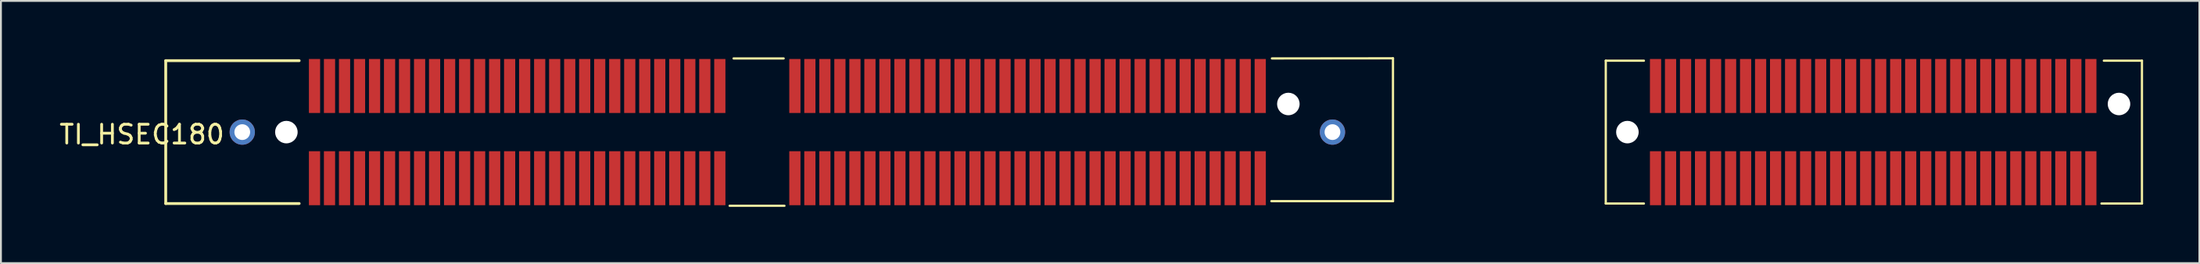
<source format=kicad_pcb>
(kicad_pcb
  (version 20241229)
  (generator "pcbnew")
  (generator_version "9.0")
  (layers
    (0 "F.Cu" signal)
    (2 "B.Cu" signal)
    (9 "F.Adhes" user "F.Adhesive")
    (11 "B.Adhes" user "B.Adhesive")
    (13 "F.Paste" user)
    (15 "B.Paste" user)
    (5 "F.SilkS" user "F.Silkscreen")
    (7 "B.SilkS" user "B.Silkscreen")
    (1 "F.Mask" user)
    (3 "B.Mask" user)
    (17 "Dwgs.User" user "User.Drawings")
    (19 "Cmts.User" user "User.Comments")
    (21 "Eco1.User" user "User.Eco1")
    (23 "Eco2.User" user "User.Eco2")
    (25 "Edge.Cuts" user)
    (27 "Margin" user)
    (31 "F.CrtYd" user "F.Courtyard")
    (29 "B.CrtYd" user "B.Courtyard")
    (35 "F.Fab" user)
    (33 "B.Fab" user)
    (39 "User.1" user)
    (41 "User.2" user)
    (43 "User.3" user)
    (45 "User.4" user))
  (footprint "TI_HSEC180"
    (layer "F.Cu")
    (at 60.646 3.997)
    (property "Reference" "TI_HSEC180" (at -56.134 0.127 180) (layer "F.SilkS") (effects (font (size 1.001 1.001) (thickness 0.15))))
    (attr through_hole)
    (fp_line (start -54.864 -3.81) (end -54.864 3.81) (stroke (width 0.15) (type solid)) (layer "F.SilkS"))
    (fp_line (start -54.864 3.81) (end -47.752 3.81) (stroke (width 0.15) (type solid)) (layer "F.SilkS"))
    (fp_line (start -47.752 -3.81) (end -54.864 -3.81) (stroke (width 0.15) (type solid)) (layer "F.SilkS"))
    (fp_line (start -24.811 3.93) (end -21.89 3.93) (stroke (width 0.12) (type solid)) (layer "F.SilkS"))
    (fp_line (start -24.6 -3.93) (end -21.933 -3.93) (stroke (width 0.12) (type solid)) (layer "F.SilkS"))
    (fp_line (start 4.09 -3.93) (end 10.541 -3.937) (stroke (width 0.12) (type solid)) (layer "F.SilkS"))
    (fp_line (start 10.541 -3.937) (end 10.541 3.683) (stroke (width 0.12) (type solid)) (layer "F.SilkS"))
    (fp_line (start 10.541 3.683) (end 4.06 3.683) (stroke (width 0.12) (type solid)) (layer "F.SilkS"))
    (fp_line (start 21.882 -3.81) (end 21.882 3.81) (stroke (width 0.12) (type solid)) (layer "F.SilkS"))
    (fp_line (start 21.882 3.81) (end 23.914 3.81) (stroke (width 0.12) (type solid)) (layer "F.SilkS"))
    (fp_line (start 23.914 -3.81) (end 21.882 -3.81) (stroke (width 0.12) (type solid)) (layer "F.SilkS"))
    (fp_line (start 48.425 -3.81) (end 50.457 -3.81) (stroke (width 0.12) (type solid)) (layer "F.SilkS"))
    (fp_line (start 50.457 -3.81) (end 50.457 3.81) (stroke (width 0.12) (type solid)) (layer "F.SilkS"))
    (fp_line (start 50.457 3.81) (end 48.298 3.81) (stroke (width 0.12) (type solid)) (layer "F.SilkS"))
    (pad "" np_thru_hole circle (at -48.434 0 180) (size 1.2 1.2) (drill 1.2) (layers "*.Cu" "*.Mask"))
    (pad "" np_thru_hole circle (at 4.965 -1.5 180) (size 1.2 1.2) (drill 1.2) (layers "*.Cu" "*.Mask"))
    (pad "" np_thru_hole circle (at 23.034 0 180) (size 1.2 1.2) (drill 1.2) (layers "*.Cu" "*.Mask"))
    (pad "" np_thru_hole circle (at 49.233 -1.5 180) (size 1.2 1.2) (drill 1.2) (layers "*.Cu" "*.Mask"))
    (pad "1" smd rect (at -46.934 2.46 180) (size 0.597 2.88) (layers "F.Cu" "F.Mask" "F.Paste"))
    (pad "2" smd rect (at -46.934 -2.46 180) (size 0.597 2.88) (layers "F.Cu" "F.Mask" "F.Paste"))
    (pad "3" smd rect (at -46.135 2.46 180) (size 0.597 2.88) (layers "F.Cu" "F.Mask" "F.Paste"))
    (pad "4" smd rect (at -46.135 -2.46 180) (size 0.597 2.88) (layers "F.Cu" "F.Mask" "F.Paste"))
    (pad "5" smd rect (at -45.334 2.46 180) (size 0.597 2.88) (layers "F.Cu" "F.Mask" "F.Paste"))
    (pad "6" smd rect (at -45.334 -2.46 180) (size 0.597 2.88) (layers "F.Cu" "F.Mask" "F.Paste"))
    (pad "7" smd rect (at -44.535 2.46 180) (size 0.597 2.88) (layers "F.Cu" "F.Mask" "F.Paste"))
    (pad "8" smd rect (at -44.535 -2.46 180) (size 0.597 2.88) (layers "F.Cu" "F.Mask" "F.Paste"))
    (pad "9" smd rect (at -43.734 2.46 180) (size 0.597 2.88) (layers "F.Cu" "F.Mask" "F.Paste"))
    (pad "10" smd rect (at -43.734 -2.46 180) (size 0.597 2.88) (layers "F.Cu" "F.Mask" "F.Paste"))
    (pad "11" smd rect (at -42.934 2.46 180) (size 0.597 2.88) (layers "F.Cu" "F.Mask" "F.Paste"))
    (pad "12" smd rect (at -42.934 -2.46 180) (size 0.597 2.88) (layers "F.Cu" "F.Mask" "F.Paste"))
    (pad "13" smd rect (at -42.135 2.46 180) (size 0.597 2.88) (layers "F.Cu" "F.Mask" "F.Paste"))
    (pad "14" smd rect (at -42.135 -2.46 180) (size 0.597 2.88) (layers "F.Cu" "F.Mask" "F.Paste"))
    (pad "15" smd rect (at -41.334 2.46 180) (size 0.597 2.88) (layers "F.Cu" "F.Mask" "F.Paste"))
    (pad "16" smd rect (at -41.334 -2.46 180) (size 0.597 2.88) (layers "F.Cu" "F.Mask" "F.Paste"))
    (pad "17" smd rect (at -40.535 2.46 180) (size 0.597 2.88) (layers "F.Cu" "F.Mask" "F.Paste"))
    (pad "18" smd rect (at -40.535 -2.46 180) (size 0.597 2.88) (layers "F.Cu" "F.Mask" "F.Paste"))
    (pad "19" smd rect (at -39.734 2.46 180) (size 0.597 2.88) (layers "F.Cu" "F.Mask" "F.Paste"))
    (pad "20" smd rect (at -39.734 -2.46 180) (size 0.597 2.88) (layers "F.Cu" "F.Mask" "F.Paste"))
    (pad "21" smd rect (at -38.934 2.46 180) (size 0.597 2.88) (layers "F.Cu" "F.Mask" "F.Paste"))
    (pad "22" smd rect (at -38.934 -2.46 180) (size 0.597 2.88) (layers "F.Cu" "F.Mask" "F.Paste"))
    (pad "23" smd rect (at -38.135 2.46 180) (size 0.597 2.88) (layers "F.Cu" "F.Mask" "F.Paste"))
    (pad "24" smd rect (at -38.135 -2.46 180) (size 0.597 2.88) (layers "F.Cu" "F.Mask" "F.Paste"))
    (pad "25" smd rect (at -37.334 2.46 180) (size 0.597 2.88) (layers "F.Cu" "F.Mask" "F.Paste"))
    (pad "26" smd rect (at -37.334 -2.46 180) (size 0.597 2.88) (layers "F.Cu" "F.Mask" "F.Paste"))
    (pad "27" smd rect (at -36.535 2.46 180) (size 0.597 2.88) (layers "F.Cu" "F.Mask" "F.Paste"))
    (pad "28" smd rect (at -36.535 -2.46 180) (size 0.597 2.88) (layers "F.Cu" "F.Mask" "F.Paste"))
    (pad "29" smd rect (at -35.734 2.46 180) (size 0.597 2.88) (layers "F.Cu" "F.Mask" "F.Paste"))
    (pad "30" smd rect (at -35.734 -2.46 180) (size 0.597 2.88) (layers "F.Cu" "F.Mask" "F.Paste"))
    (pad "31" smd rect (at -34.934 2.46 180) (size 0.597 2.88) (layers "F.Cu" "F.Mask" "F.Paste"))
    (pad "32" smd rect (at -34.934 -2.46 180) (size 0.597 2.88) (layers "F.Cu" "F.Mask" "F.Paste"))
    (pad "33" smd rect (at -34.135 2.46 180) (size 0.597 2.88) (layers "F.Cu" "F.Mask" "F.Paste"))
    (pad "34" smd rect (at -34.135 -2.46 180) (size 0.597 2.88) (layers "F.Cu" "F.Mask" "F.Paste"))
    (pad "35" smd rect (at -33.334 2.46 180) (size 0.597 2.88) (layers "F.Cu" "F.Mask" "F.Paste"))
    (pad "36" smd rect (at -33.334 -2.46 180) (size 0.597 2.88) (layers "F.Cu" "F.Mask" "F.Paste"))
    (pad "37" smd rect (at -32.535 2.46 180) (size 0.597 2.88) (layers "F.Cu" "F.Mask" "F.Paste"))
    (pad "38" smd rect (at -32.535 -2.46 180) (size 0.597 2.88) (layers "F.Cu" "F.Mask" "F.Paste"))
    (pad "39" smd rect (at -31.735 2.46 180) (size 0.597 2.88) (layers "F.Cu" "F.Mask" "F.Paste"))
    (pad "40" smd rect (at -31.735 -2.46 180) (size 0.597 2.88) (layers "F.Cu" "F.Mask" "F.Paste"))
    (pad "41" smd rect (at -30.934 2.46 180) (size 0.597 2.88) (layers "F.Cu" "F.Mask" "F.Paste"))
    (pad "42" smd rect (at -30.934 -2.46 180) (size 0.597 2.88) (layers "F.Cu" "F.Mask" "F.Paste"))
    (pad "43" smd rect (at -30.134 2.46 180) (size 0.597 2.88) (layers "F.Cu" "F.Mask" "F.Paste"))
    (pad "44" smd rect (at -30.134 -2.46 180) (size 0.597 2.88) (layers "F.Cu" "F.Mask" "F.Paste"))
    (pad "45" smd rect (at -29.334 2.46 180) (size 0.597 2.88) (layers "F.Cu" "F.Mask" "F.Paste"))
    (pad "46" smd rect (at -29.334 -2.46 180) (size 0.597 2.88) (layers "F.Cu" "F.Mask" "F.Paste"))
    (pad "47" smd rect (at -28.535 2.46 180) (size 0.597 2.88) (layers "F.Cu" "F.Mask" "F.Paste"))
    (pad "48" smd rect (at -28.535 -2.46 180) (size 0.597 2.88) (layers "F.Cu" "F.Mask" "F.Paste"))
    (pad "49" smd rect (at -27.735 2.46 180) (size 0.597 2.88) (layers "F.Cu" "F.Mask" "F.Paste"))
    (pad "50" smd rect (at -27.735 -2.46 180) (size 0.597 2.88) (layers "F.Cu" "F.Mask" "F.Paste"))
    (pad "51" smd rect (at -26.934 2.46 180) (size 0.597 2.88) (layers "F.Cu" "F.Mask" "F.Paste"))
    (pad "52" smd rect (at -26.934 -2.46 180) (size 0.597 2.88) (layers "F.Cu" "F.Mask" "F.Paste"))
    (pad "53" smd rect (at -26.134 2.46 180) (size 0.597 2.88) (layers "F.Cu" "F.Mask" "F.Paste"))
    (pad "54" smd rect (at -26.134 -2.46 180) (size 0.597 2.88) (layers "F.Cu" "F.Mask" "F.Paste"))
    (pad "55" smd rect (at -25.334 2.46 180) (size 0.597 2.88) (layers "F.Cu" "F.Mask" "F.Paste"))
    (pad "56" smd rect (at -25.334 -2.46 180) (size 0.597 2.88) (layers "F.Cu" "F.Mask" "F.Paste"))
    (pad "57" smd rect (at -21.334 2.46 180) (size 0.597 2.88) (layers "F.Cu" "F.Mask" "F.Paste"))
    (pad "58" smd rect (at -21.334 -2.46 180) (size 0.597 2.88) (layers "F.Cu" "F.Mask" "F.Paste"))
    (pad "59" smd rect (at -20.535 2.46 180) (size 0.597 2.88) (layers "F.Cu" "F.Mask" "F.Paste"))
    (pad "60" smd rect (at -20.535 -2.46 180) (size 0.597 2.88) (layers "F.Cu" "F.Mask" "F.Paste"))
    (pad "61" smd rect (at -19.735 2.46 180) (size 0.597 2.88) (layers "F.Cu" "F.Mask" "F.Paste"))
    (pad "62" smd rect (at -19.735 -2.46 180) (size 0.597 2.88) (layers "F.Cu" "F.Mask" "F.Paste"))
    (pad "63" smd rect (at -18.934 2.46 180) (size 0.597 2.88) (layers "F.Cu" "F.Mask" "F.Paste"))
    (pad "64" smd rect (at -18.934 -2.46 180) (size 0.597 2.88) (layers "F.Cu" "F.Mask" "F.Paste"))
    (pad "65" smd rect (at -18.134 2.46 180) (size 0.597 2.88) (layers "F.Cu" "F.Mask" "F.Paste"))
    (pad "66" smd rect (at -18.134 -2.46 180) (size 0.597 2.88) (layers "F.Cu" "F.Mask" "F.Paste"))
    (pad "67" smd rect (at -17.334 2.46 180) (size 0.597 2.88) (layers "F.Cu" "F.Mask" "F.Paste"))
    (pad "68" smd rect (at -17.334 -2.46 180) (size 0.597 2.88) (layers "F.Cu" "F.Mask" "F.Paste"))
    (pad "69" smd rect (at -16.535 2.46 180) (size 0.597 2.88) (layers "F.Cu" "F.Mask" "F.Paste"))
    (pad "70" smd rect (at -16.535 -2.46 180) (size 0.597 2.88) (layers "F.Cu" "F.Mask" "F.Paste"))
    (pad "71" smd rect (at -15.735 2.46 180) (size 0.597 2.88) (layers "F.Cu" "F.Mask" "F.Paste"))
    (pad "72" smd rect (at -15.735 -2.46 180) (size 0.597 2.88) (layers "F.Cu" "F.Mask" "F.Paste"))
    (pad "73" smd rect (at -14.934 2.46 180) (size 0.597 2.88) (layers "F.Cu" "F.Mask" "F.Paste"))
    (pad "74" smd rect (at -14.934 -2.46 180) (size 0.597 2.88) (layers "F.Cu" "F.Mask" "F.Paste"))
    (pad "75" smd rect (at -14.134 2.46 180) (size 0.597 2.88) (layers "F.Cu" "F.Mask" "F.Paste"))
    (pad "76" smd rect (at -14.134 -2.46 180) (size 0.597 2.88) (layers "F.Cu" "F.Mask" "F.Paste"))
    (pad "77" smd rect (at -13.335 2.46 180) (size 0.597 2.88) (layers "F.Cu" "F.Mask" "F.Paste"))
    (pad "78" smd rect (at -13.335 -2.46 180) (size 0.597 2.88) (layers "F.Cu" "F.Mask" "F.Paste"))
    (pad "79" smd rect (at -12.534 2.46 180) (size 0.597 2.88) (layers "F.Cu" "F.Mask" "F.Paste"))
    (pad "80" smd rect (at -12.534 -2.46 180) (size 0.597 2.88) (layers "F.Cu" "F.Mask" "F.Paste"))
    (pad "81" smd rect (at -11.735 2.46 180) (size 0.597 2.88) (layers "F.Cu" "F.Mask" "F.Paste"))
    (pad "82" smd rect (at -11.735 -2.46 180) (size 0.597 2.88) (layers "F.Cu" "F.Mask" "F.Paste"))
    (pad "83" smd rect (at -10.934 2.46 180) (size 0.597 2.88) (layers "F.Cu" "F.Mask" "F.Paste"))
    (pad "84" smd rect (at -10.934 -2.46 180) (size 0.597 2.88) (layers "F.Cu" "F.Mask" "F.Paste"))
    (pad "85" smd rect (at -10.134 2.46 180) (size 0.597 2.88) (layers "F.Cu" "F.Mask" "F.Paste"))
    (pad "86" smd rect (at -10.134 -2.46 180) (size 0.597 2.88) (layers "F.Cu" "F.Mask" "F.Paste"))
    (pad "87" smd rect (at -9.335 2.46 180) (size 0.597 2.88) (layers "F.Cu" "F.Mask" "F.Paste"))
    (pad "88" smd rect (at -9.335 -2.46 180) (size 0.597 2.88) (layers "F.Cu" "F.Mask" "F.Paste"))
    (pad "89" smd rect (at -8.534 2.46 180) (size 0.597 2.88) (layers "F.Cu" "F.Mask" "F.Paste"))
    (pad "90" smd rect (at -8.534 -2.46 180) (size 0.597 2.88) (layers "F.Cu" "F.Mask" "F.Paste"))
    (pad "91" smd rect (at -7.734 2.46 180) (size 0.597 2.88) (layers "F.Cu" "F.Mask" "F.Paste"))
    (pad "92" smd rect (at -7.734 -2.46 180) (size 0.597 2.88) (layers "F.Cu" "F.Mask" "F.Paste"))
    (pad "93" smd rect (at -6.934 2.46 180) (size 0.597 2.88) (layers "F.Cu" "F.Mask" "F.Paste"))
    (pad "94" smd rect (at -6.934 -2.46 180) (size 0.597 2.88) (layers "F.Cu" "F.Mask" "F.Paste"))
    (pad "95" smd rect (at -6.135 2.46 180) (size 0.597 2.88) (layers "F.Cu" "F.Mask" "F.Paste"))
    (pad "96" smd rect (at -6.135 -2.46 180) (size 0.597 2.88) (layers "F.Cu" "F.Mask" "F.Paste"))
    (pad "97" smd rect (at -5.335 2.46 180) (size 0.597 2.88) (layers "F.Cu" "F.Mask" "F.Paste"))
    (pad "98" smd rect (at -5.335 -2.46 180) (size 0.597 2.88) (layers "F.Cu" "F.Mask" "F.Paste"))
    (pad "99" smd rect (at -4.535 2.46 180) (size 0.597 2.88) (layers "F.Cu" "F.Mask" "F.Paste"))
    (pad "100" smd rect (at -4.535 -2.46 180) (size 0.597 2.88) (layers "F.Cu" "F.Mask" "F.Paste"))
    (pad "101" smd rect (at -3.735 2.46 180) (size 0.597 2.88) (layers "F.Cu" "F.Mask" "F.Paste"))
    (pad "102" smd rect (at -3.735 -2.46 180) (size 0.597 2.88) (layers "F.Cu" "F.Mask" "F.Paste"))
    (pad "103" smd rect (at -2.934 2.46 180) (size 0.597 2.88) (layers "F.Cu" "F.Mask" "F.Paste"))
    (pad "104" smd rect (at -2.934 -2.46 180) (size 0.597 2.88) (layers "F.Cu" "F.Mask" "F.Paste"))
    (pad "105" smd rect (at -2.135 2.46 180) (size 0.597 2.88) (layers "F.Cu" "F.Mask" "F.Paste"))
    (pad "106" smd rect (at -2.135 -2.46 180) (size 0.597 2.88) (layers "F.Cu" "F.Mask" "F.Paste"))
    (pad "107" smd rect (at -1.335 2.46 180) (size 0.597 2.88) (layers "F.Cu" "F.Mask" "F.Paste"))
    (pad "108" smd rect (at -1.335 -2.46 180) (size 0.597 2.88) (layers "F.Cu" "F.Mask" "F.Paste"))
    (pad "109" smd rect (at -0.534 2.46 180) (size 0.597 2.88) (layers "F.Cu" "F.Mask" "F.Paste"))
    (pad "110" smd rect (at -0.534 -2.46 180) (size 0.597 2.88) (layers "F.Cu" "F.Mask" "F.Paste"))
    (pad "111" smd rect (at 0.266 2.46 180) (size 0.597 2.88) (layers "F.Cu" "F.Mask" "F.Paste"))
    (pad "112" smd rect (at 0.266 -2.46 180) (size 0.597 2.88) (layers "F.Cu" "F.Mask" "F.Paste"))
    (pad "113" smd rect (at 1.065 2.46 180) (size 0.597 2.88) (layers "F.Cu" "F.Mask" "F.Paste"))
    (pad "114" smd rect (at 1.065 -2.46 180) (size 0.597 2.88) (layers "F.Cu" "F.Mask" "F.Paste"))
    (pad "115" smd rect (at 1.865 2.46 180) (size 0.597 2.88) (layers "F.Cu" "F.Mask" "F.Paste"))
    (pad "116" smd rect (at 1.865 -2.46 180) (size 0.597 2.88) (layers "F.Cu" "F.Mask" "F.Paste"))
    (pad "117" smd rect (at 2.666 2.46 180) (size 0.597 2.88) (layers "F.Cu" "F.Mask" "F.Paste"))
    (pad "118" smd rect (at 2.666 -2.46 180) (size 0.597 2.88) (layers "F.Cu" "F.Mask" "F.Paste"))
    (pad "119" smd rect (at 3.466 2.46 180) (size 0.597 2.88) (layers "F.Cu" "F.Mask" "F.Paste"))
    (pad "120" smd rect (at 3.466 -2.46 180) (size 0.597 2.88) (layers "F.Cu" "F.Mask" "F.Paste"))
    (pad "121" smd rect (at 24.534 2.46 180) (size 0.597 2.88) (layers "F.Cu" "F.Mask" "F.Paste"))
    (pad "122" smd rect (at 24.534 -2.46 180) (size 0.597 2.88) (layers "F.Cu" "F.Mask" "F.Paste"))
    (pad "123" smd rect (at 25.334 2.46 180) (size 0.597 2.88) (layers "F.Cu" "F.Mask" "F.Paste"))
    (pad "124" smd rect (at 25.334 -2.46 180) (size 0.597 2.88) (layers "F.Cu" "F.Mask" "F.Paste"))
    (pad "125" smd rect (at 26.134 2.46 180) (size 0.597 2.88) (layers "F.Cu" "F.Mask" "F.Paste"))
    (pad "126" smd rect (at 26.134 -2.46 180) (size 0.597 2.88) (layers "F.Cu" "F.Mask" "F.Paste"))
    (pad "127" smd rect (at 26.933 2.46 180) (size 0.597 2.88) (layers "F.Cu" "F.Mask" "F.Paste"))
    (pad "128" smd rect (at 26.933 -2.46 180) (size 0.597 2.88) (layers "F.Cu" "F.Mask" "F.Paste"))
    (pad "129" smd rect (at 27.733 2.46 180) (size 0.597 2.88) (layers "F.Cu" "F.Mask" "F.Paste"))
    (pad "130" smd rect (at 27.733 -2.46 180) (size 0.597 2.88) (layers "F.Cu" "F.Mask" "F.Paste"))
    (pad "131" smd rect (at 28.534 2.46 180) (size 0.597 2.88) (layers "F.Cu" "F.Mask" "F.Paste"))
    (pad "132" smd rect (at 28.534 -2.46 180) (size 0.597 2.88) (layers "F.Cu" "F.Mask" "F.Paste"))
    (pad "133" smd rect (at 29.334 2.46 180) (size 0.597 2.88) (layers "F.Cu" "F.Mask" "F.Paste"))
    (pad "134" smd rect (at 29.334 -2.46 180) (size 0.597 2.88) (layers "F.Cu" "F.Mask" "F.Paste"))
    (pad "135" smd rect (at 30.134 2.46 180) (size 0.597 2.88) (layers "F.Cu" "F.Mask" "F.Paste"))
    (pad "136" smd rect (at 30.134 -2.46 180) (size 0.597 2.88) (layers "F.Cu" "F.Mask" "F.Paste"))
    (pad "137" smd rect (at 30.933 2.46 180) (size 0.597 2.88) (layers "F.Cu" "F.Mask" "F.Paste"))
    (pad "138" smd rect (at 30.933 -2.46 180) (size 0.597 2.88) (layers "F.Cu" "F.Mask" "F.Paste"))
    (pad "139" smd rect (at 31.733 2.46 180) (size 0.597 2.88) (layers "F.Cu" "F.Mask" "F.Paste"))
    (pad "140" smd rect (at 31.733 -2.46 180) (size 0.597 2.88) (layers "F.Cu" "F.Mask" "F.Paste"))
    (pad "141" smd rect (at 32.533 2.46 180) (size 0.597 2.88) (layers "F.Cu" "F.Mask" "F.Paste"))
    (pad "142" smd rect (at 32.533 -2.46 180) (size 0.597 2.88) (layers "F.Cu" "F.Mask" "F.Paste"))
    (pad "143" smd rect (at 33.334 2.46 180) (size 0.597 2.88) (layers "F.Cu" "F.Mask" "F.Paste"))
    (pad "144" smd rect (at 33.334 -2.46 180) (size 0.597 2.88) (layers "F.Cu" "F.Mask" "F.Paste"))
    (pad "145" smd rect (at 34.133 2.46 180) (size 0.597 2.88) (layers "F.Cu" "F.Mask" "F.Paste"))
    (pad "146" smd rect (at 34.133 -2.46 180) (size 0.597 2.88) (layers "F.Cu" "F.Mask" "F.Paste"))
    (pad "147" smd rect (at 34.934 2.46 180) (size 0.597 2.88) (layers "F.Cu" "F.Mask" "F.Paste"))
    (pad "148" smd rect (at 34.934 -2.46 180) (size 0.597 2.88) (layers "F.Cu" "F.Mask" "F.Paste"))
    (pad "149" smd rect (at 35.733 2.46 180) (size 0.597 2.88) (layers "F.Cu" "F.Mask" "F.Paste"))
    (pad "150" smd rect (at 35.733 -2.46 180) (size 0.597 2.88) (layers "F.Cu" "F.Mask" "F.Paste"))
    (pad "151" smd rect (at 36.533 2.46 180) (size 0.597 2.88) (layers "F.Cu" "F.Mask" "F.Paste"))
    (pad "152" smd rect (at 36.533 -2.46 180) (size 0.597 2.88) (layers "F.Cu" "F.Mask" "F.Paste"))
    (pad "153" smd rect (at 37.334 2.46 180) (size 0.597 2.88) (layers "F.Cu" "F.Mask" "F.Paste"))
    (pad "154" smd rect (at 37.334 -2.46 180) (size 0.597 2.88) (layers "F.Cu" "F.Mask" "F.Paste"))
    (pad "155" smd rect (at 38.133 2.46 180) (size 0.597 2.88) (layers "F.Cu" "F.Mask" "F.Paste"))
    (pad "156" smd rect (at 38.133 -2.46 180) (size 0.597 2.88) (layers "F.Cu" "F.Mask" "F.Paste"))
    (pad "157" smd rect (at 38.934 2.46 180) (size 0.597 2.88) (layers "F.Cu" "F.Mask" "F.Paste"))
    (pad "158" smd rect (at 38.934 -2.46 180) (size 0.597 2.88) (layers "F.Cu" "F.Mask" "F.Paste"))
    (pad "159" smd rect (at 39.733 2.46 180) (size 0.597 2.88) (layers "F.Cu" "F.Mask" "F.Paste"))
    (pad "160" smd rect (at 39.733 -2.46 180) (size 0.597 2.88) (layers "F.Cu" "F.Mask" "F.Paste"))
    (pad "161" smd rect (at 40.533 2.46 180) (size 0.597 2.88) (layers "F.Cu" "F.Mask" "F.Paste"))
    (pad "162" smd rect (at 40.533 -2.46 180) (size 0.597 2.88) (layers "F.Cu" "F.Mask" "F.Paste"))
    (pad "163" smd rect (at 41.334 2.46 180) (size 0.597 2.88) (layers "F.Cu" "F.Mask" "F.Paste"))
    (pad "164" smd rect (at 41.334 -2.46 180) (size 0.597 2.88) (layers "F.Cu" "F.Mask" "F.Paste"))
    (pad "165" smd rect (at 42.133 2.46 180) (size 0.597 2.88) (layers "F.Cu" "F.Mask" "F.Paste"))
    (pad "166" smd rect (at 42.133 -2.46 180) (size 0.597 2.88) (layers "F.Cu" "F.Mask" "F.Paste"))
    (pad "167" smd rect (at 42.934 2.46 180) (size 0.597 2.88) (layers "F.Cu" "F.Mask" "F.Paste"))
    (pad "168" smd rect (at 42.934 -2.46 180) (size 0.597 2.88) (layers "F.Cu" "F.Mask" "F.Paste"))
    (pad "169" smd rect (at 43.733 2.46 180) (size 0.597 2.88) (layers "F.Cu" "F.Mask" "F.Paste"))
    (pad "170" smd rect (at 43.733 -2.46 180) (size 0.597 2.88) (layers "F.Cu" "F.Mask" "F.Paste"))
    (pad "171" smd rect (at 44.533 2.46 180) (size 0.597 2.88) (layers "F.Cu" "F.Mask" "F.Paste"))
    (pad "172" smd rect (at 44.533 -2.46 180) (size 0.597 2.88) (layers "F.Cu" "F.Mask" "F.Paste"))
    (pad "173" smd rect (at 45.334 2.46 180) (size 0.597 2.88) (layers "F.Cu" "F.Mask" "F.Paste"))
    (pad "174" smd rect (at 45.334 -2.46 180) (size 0.597 2.88) (layers "F.Cu" "F.Mask" "F.Paste"))
    (pad "175" smd rect (at 46.133 2.46 180) (size 0.597 2.88) (layers "F.Cu" "F.Mask" "F.Paste"))
    (pad "176" smd rect (at 46.133 -2.46 180) (size 0.597 2.88) (layers "F.Cu" "F.Mask" "F.Paste"))
    (pad "177" smd rect (at 46.934 2.46 180) (size 0.597 2.88) (layers "F.Cu" "F.Mask" "F.Paste"))
    (pad "178" smd rect (at 46.934 -2.46 180) (size 0.597 2.88) (layers "F.Cu" "F.Mask" "F.Paste"))
    (pad "179" smd rect (at 47.733 2.46 180) (size 0.597 2.88) (layers "F.Cu" "F.Mask" "F.Paste"))
    (pad "180" smd rect (at 47.733 -2.46 180) (size 0.597 2.88) (layers "F.Cu" "F.Mask" "F.Paste"))
    (pad "P1" thru_hole circle (at 7.316 0 180) (size 1.348 1.348) (drill 0.84) (layers "*.Cu" "*.Mask"))
    (pad "P2" thru_hole circle (at -50.785 0 180) (size 1.348 1.348) (drill 0.84) (layers "*.Cu" "*.Mask")))
  (gr_rect
    (start -3 -3)
    (end 114.163 10.987)
    (stroke (width 0.1) (type default))
    (fill no)
    (layer "Edge.Cuts")))
</source>
